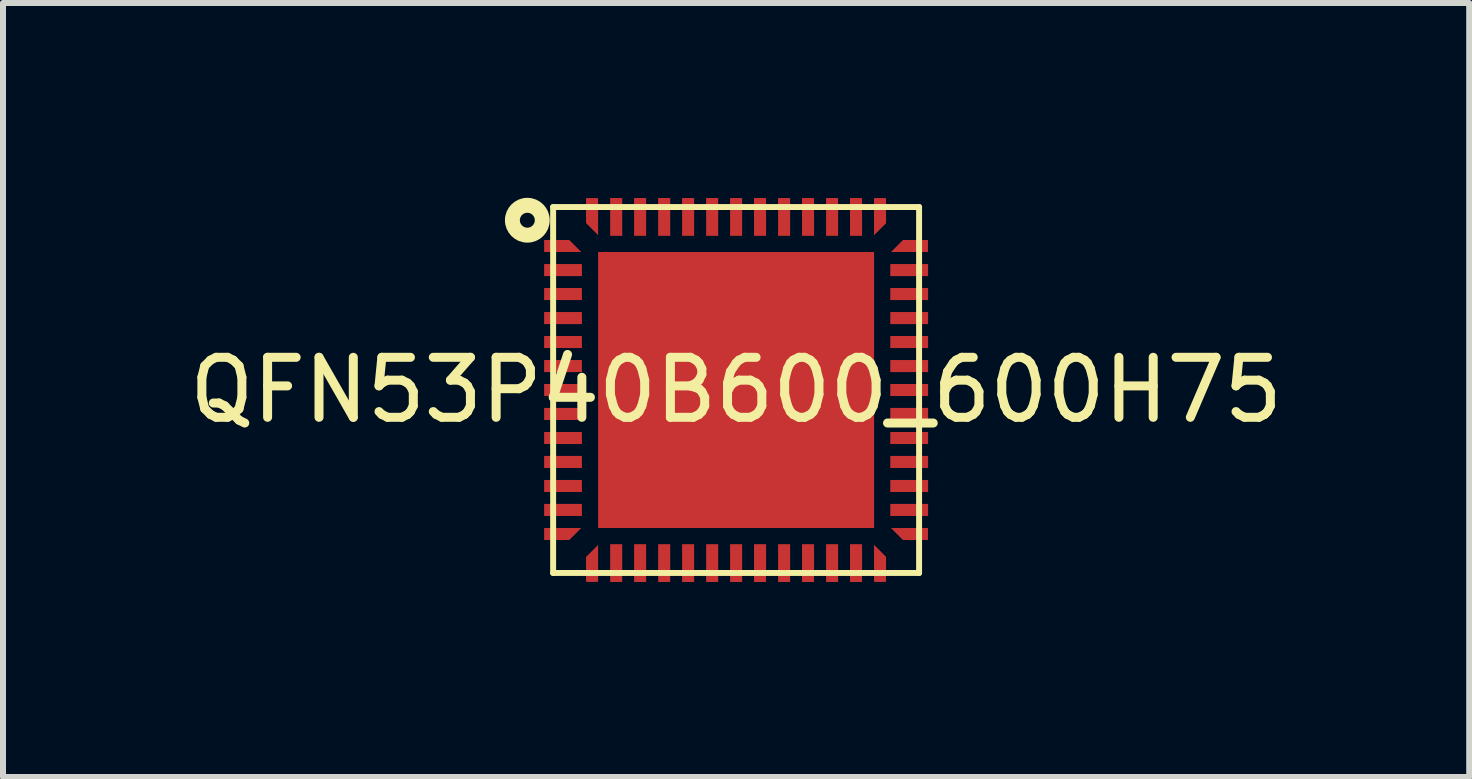
<source format=kicad_pcb>
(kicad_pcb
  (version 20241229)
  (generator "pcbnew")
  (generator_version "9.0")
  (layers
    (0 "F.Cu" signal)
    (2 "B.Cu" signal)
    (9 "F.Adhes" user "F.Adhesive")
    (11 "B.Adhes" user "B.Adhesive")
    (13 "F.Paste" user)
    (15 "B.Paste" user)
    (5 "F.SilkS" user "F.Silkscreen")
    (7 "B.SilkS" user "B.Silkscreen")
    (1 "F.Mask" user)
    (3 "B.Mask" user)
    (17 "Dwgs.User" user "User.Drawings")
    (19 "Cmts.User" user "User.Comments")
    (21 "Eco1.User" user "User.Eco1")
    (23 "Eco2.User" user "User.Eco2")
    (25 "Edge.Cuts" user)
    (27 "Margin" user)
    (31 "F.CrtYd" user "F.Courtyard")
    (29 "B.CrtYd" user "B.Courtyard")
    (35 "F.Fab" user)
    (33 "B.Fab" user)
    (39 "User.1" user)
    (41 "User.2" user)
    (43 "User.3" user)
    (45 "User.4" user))
  (footprint "QFN53P40B600_600H75"
    (layer "F.Cu")
    (at 9.22 3.451)
    (property "Reference" "QFN53P40B600_600H75" (at 0 0 0) (layer "F.SilkS") (effects (font (size 1 1) (thickness 0.15))))
    (fp_poly (pts (xy -3.196 -2.499) (xy -2.784 -2.499) (xy -2.586 -2.301) (xy -3.196 -2.301)) (stroke (width 0) (type default)) (fill yes) (layer "F.Cu"))
    (fp_poly (pts (xy -3.196 -2.499) (xy -2.784 -2.499) (xy -2.586 -2.301) (xy -3.196 -2.301)) (stroke (width 0) (type default)) (fill yes) (layer "F.Cu"))
    (fp_poly (pts (xy -3.196 2.301) (xy -2.586 2.301) (xy -2.784 2.499) (xy -3.196 2.499)) (stroke (width 0) (type default)) (fill yes) (layer "F.Cu"))
    (fp_poly (pts (xy -3.196 2.301) (xy -2.586 2.301) (xy -2.784 2.499) (xy -3.196 2.499)) (stroke (width 0) (type default)) (fill yes) (layer "F.Cu"))
    (fp_poly (pts (xy -2.499 3.196) (xy -2.499 2.784) (xy -2.301 2.586) (xy -2.301 3.196)) (stroke (width 0) (type default)) (fill yes) (layer "F.Cu"))
    (fp_poly (pts (xy -2.499 3.196) (xy -2.499 2.784) (xy -2.301 2.586) (xy -2.301 3.196)) (stroke (width 0) (type default)) (fill yes) (layer "F.Cu"))
    (fp_poly (pts (xy -2.301 -3.196) (xy -2.301 -2.586) (xy -2.499 -2.784) (xy -2.499 -3.196)) (stroke (width 0) (type default)) (fill yes) (layer "F.Cu"))
    (fp_poly (pts (xy -2.301 -3.196) (xy -2.301 -2.586) (xy -2.499 -2.784) (xy -2.499 -3.196)) (stroke (width 0) (type default)) (fill yes) (layer "F.Cu"))
    (fp_poly (pts (xy 2.301 3.196) (xy 2.301 2.586) (xy 2.499 2.784) (xy 2.499 3.196)) (stroke (width 0) (type default)) (fill yes) (layer "F.Cu"))
    (fp_poly (pts (xy 2.301 3.196) (xy 2.301 2.586) (xy 2.499 2.784) (xy 2.499 3.196)) (stroke (width 0) (type default)) (fill yes) (layer "F.Cu"))
    (fp_poly (pts (xy 2.499 -3.196) (xy 2.499 -2.784) (xy 2.301 -2.586) (xy 2.301 -3.196)) (stroke (width 0) (type default)) (fill yes) (layer "F.Cu"))
    (fp_poly (pts (xy 2.499 -3.196) (xy 2.499 -2.784) (xy 2.301 -2.586) (xy 2.301 -3.196)) (stroke (width 0) (type default)) (fill yes) (layer "F.Cu"))
    (fp_poly (pts (xy 3.196 -2.301) (xy 2.586 -2.301) (xy 2.784 -2.499) (xy 3.196 -2.499)) (stroke (width 0) (type default)) (fill yes) (layer "F.Cu"))
    (fp_poly (pts (xy 3.196 -2.301) (xy 2.586 -2.301) (xy 2.784 -2.499) (xy 3.196 -2.499)) (stroke (width 0) (type default)) (fill yes) (layer "F.Cu"))
    (fp_poly (pts (xy 3.196 2.499) (xy 2.784 2.499) (xy 2.586 2.301) (xy 3.196 2.301)) (stroke (width 0) (type default)) (fill yes) (layer "F.Cu"))
    (fp_poly (pts (xy 3.196 2.499) (xy 2.784 2.499) (xy 2.586 2.301) (xy 3.196 2.301)) (stroke (width 0) (type default)) (fill yes) (layer "F.Cu"))
    (fp_poly (pts (xy -3.246 -2.55) (xy -2.764 -2.55) (xy -2.535 -2.321) (xy -2.535 -2.251) (xy -3.246 -2.251)) (stroke (width 0) (type default)) (fill yes) (layer "F.Mask"))
    (fp_poly (pts (xy -3.246 -2.55) (xy -2.764 -2.55) (xy -2.535 -2.321) (xy -2.535 -2.251) (xy -3.246 -2.251)) (stroke (width 0) (type default)) (fill yes) (layer "F.Mask"))
    (fp_poly (pts (xy -3.246 2.251) (xy -2.535 2.251) (xy -2.535 2.312) (xy -2.773 2.55) (xy -3.246 2.55)) (stroke (width 0) (type default)) (fill yes) (layer "F.Mask"))
    (fp_poly (pts (xy -3.246 2.251) (xy -2.535 2.251) (xy -2.535 2.312) (xy -2.773 2.55) (xy -3.246 2.55)) (stroke (width 0) (type default)) (fill yes) (layer "F.Mask"))
    (fp_poly (pts (xy -2.55 3.246) (xy -2.55 2.764) (xy -2.321 2.535) (xy -2.251 2.535) (xy -2.251 3.246)) (stroke (width 0) (type default)) (fill yes) (layer "F.Mask"))
    (fp_poly (pts (xy -2.55 3.246) (xy -2.55 2.764) (xy -2.321 2.535) (xy -2.251 2.535) (xy -2.251 3.246)) (stroke (width 0) (type default)) (fill yes) (layer "F.Mask"))
    (fp_poly (pts (xy -2.251 -3.246) (xy -2.251 -2.535) (xy -2.312 -2.535) (xy -2.55 -2.773) (xy -2.55 -3.246)) (stroke (width 0) (type default)) (fill yes) (layer "F.Mask"))
    (fp_poly (pts (xy -2.251 -3.246) (xy -2.251 -2.535) (xy -2.312 -2.535) (xy -2.55 -2.773) (xy -2.55 -3.246)) (stroke (width 0) (type default)) (fill yes) (layer "F.Mask"))
    (fp_poly (pts (xy 2.251 3.246) (xy 2.251 2.535) (xy 2.312 2.535) (xy 2.55 2.773) (xy 2.55 3.246)) (stroke (width 0) (type default)) (fill yes) (layer "F.Mask"))
    (fp_poly (pts (xy 2.251 3.246) (xy 2.251 2.535) (xy 2.312 2.535) (xy 2.55 2.773) (xy 2.55 3.246)) (stroke (width 0) (type default)) (fill yes) (layer "F.Mask"))
    (fp_poly (pts (xy 2.55 -3.246) (xy 2.55 -2.764) (xy 2.321 -2.535) (xy 2.251 -2.535) (xy 2.251 -3.246)) (stroke (width 0) (type default)) (fill yes) (layer "F.Mask"))
    (fp_poly (pts (xy 2.55 -3.246) (xy 2.55 -2.764) (xy 2.321 -2.535) (xy 2.251 -2.535) (xy 2.251 -3.246)) (stroke (width 0) (type default)) (fill yes) (layer "F.Mask"))
    (fp_poly (pts (xy 3.246 -2.251) (xy 2.535 -2.251) (xy 2.535 -2.312) (xy 2.773 -2.55) (xy 3.246 -2.55)) (stroke (width 0) (type default)) (fill yes) (layer "F.Mask"))
    (fp_poly (pts (xy 3.246 -2.251) (xy 2.535 -2.251) (xy 2.535 -2.312) (xy 2.773 -2.55) (xy 3.246 -2.55)) (stroke (width 0) (type default)) (fill yes) (layer "F.Mask"))
    (fp_poly (pts (xy 3.246 2.55) (xy 2.764 2.55) (xy 2.535 2.321) (xy 2.535 2.251) (xy 3.246 2.251)) (stroke (width 0) (type default)) (fill yes) (layer "F.Mask"))
    (fp_poly (pts (xy 3.246 2.55) (xy 2.764 2.55) (xy 2.535 2.321) (xy 2.535 2.251) (xy 3.246 2.251)) (stroke (width 0) (type default)) (fill yes) (layer "F.Mask"))
    (fp_line (start -3.05 -3.05) (end -3.05 3.05) (stroke (width 0.099) (type default)) (layer "F.SilkS"))
    (fp_line (start -3.05 -3.05) (end 3.05 -3.05) (stroke (width 0.099) (type default)) (layer "F.SilkS"))
    (fp_line (start -3.05 3.05) (end 3.05 3.05) (stroke (width 0.099) (type default)) (layer "F.SilkS"))
    (fp_line (start 3.05 -3.05) (end 3.05 3.05) (stroke (width 0.099) (type default)) (layer "F.SilkS"))
    (fp_circle (center -3.48 -2.83) (end -3.231 -2.83) (stroke (width 0.249) (type default)) (fill no) (layer "F.SilkS"))
    (fp_poly (pts (xy -3.297 -2.499) (xy -2.885 -2.499) (xy -2.685 -2.301) (xy -3.297 -2.301)) (stroke (width 0) (type default)) (fill yes) (layer "F.Paste"))
    (fp_poly (pts (xy -3.297 -2.499) (xy -2.885 -2.499) (xy -2.685 -2.301) (xy -3.297 -2.301)) (stroke (width 0) (type default)) (fill yes) (layer "F.Paste"))
    (fp_poly (pts (xy -3.297 2.301) (xy -2.685 2.301) (xy -2.885 2.499) (xy -3.297 2.499)) (stroke (width 0) (type default)) (fill yes) (layer "F.Paste"))
    (fp_poly (pts (xy -3.297 2.301) (xy -2.685 2.301) (xy -2.885 2.499) (xy -3.297 2.499)) (stroke (width 0) (type default)) (fill yes) (layer "F.Paste"))
    (fp_poly (pts (xy -2.499 3.297) (xy -2.499 2.885) (xy -2.301 2.685) (xy -2.301 3.297)) (stroke (width 0) (type default)) (fill yes) (layer "F.Paste"))
    (fp_poly (pts (xy -2.499 3.297) (xy -2.499 2.885) (xy -2.301 2.685) (xy -2.301 3.297)) (stroke (width 0) (type default)) (fill yes) (layer "F.Paste"))
    (fp_poly (pts (xy -2.301 -3.297) (xy -2.301 -2.685) (xy -2.499 -2.885) (xy -2.499 -3.297)) (stroke (width 0) (type default)) (fill yes) (layer "F.Paste"))
    (fp_poly (pts (xy -2.301 -3.297) (xy -2.301 -2.685) (xy -2.499 -2.885) (xy -2.499 -3.297)) (stroke (width 0) (type default)) (fill yes) (layer "F.Paste"))
    (fp_poly (pts (xy 2.301 3.297) (xy 2.301 2.685) (xy 2.499 2.885) (xy 2.499 3.297)) (stroke (width 0) (type default)) (fill yes) (layer "F.Paste"))
    (fp_poly (pts (xy 2.301 3.297) (xy 2.301 2.685) (xy 2.499 2.885) (xy 2.499 3.297)) (stroke (width 0) (type default)) (fill yes) (layer "F.Paste"))
    (fp_poly (pts (xy 2.499 -3.297) (xy 2.499 -2.885) (xy 2.301 -2.685) (xy 2.301 -3.297)) (stroke (width 0) (type default)) (fill yes) (layer "F.Paste"))
    (fp_poly (pts (xy 2.499 -3.297) (xy 2.499 -2.885) (xy 2.301 -2.685) (xy 2.301 -3.297)) (stroke (width 0) (type default)) (fill yes) (layer "F.Paste"))
    (fp_poly (pts (xy 3.297 -2.301) (xy 2.685 -2.301) (xy 2.885 -2.499) (xy 3.297 -2.499)) (stroke (width 0) (type default)) (fill yes) (layer "F.Paste"))
    (fp_poly (pts (xy 3.297 -2.301) (xy 2.685 -2.301) (xy 2.885 -2.499) (xy 3.297 -2.499)) (stroke (width 0) (type default)) (fill yes) (layer "F.Paste"))
    (fp_poly (pts (xy 3.297 2.499) (xy 2.885 2.499) (xy 2.685 2.301) (xy 3.297 2.301)) (stroke (width 0) (type default)) (fill yes) (layer "F.Paste"))
    (fp_poly (pts (xy 3.297 2.499) (xy 2.885 2.499) (xy 2.685 2.301) (xy 3.297 2.301)) (stroke (width 0) (type default)) (fill yes) (layer "F.Paste"))
    (fp_poly (pts (xy 1.7 1.7) (xy 0.701 1.7) (xy 0.701 0.701) (xy 1.651 0.701) (xy 1.651 0.5) (xy 0.5 0.5) (xy 0.5 1.7) (xy -0.5 1.7) (xy -0.5 0.701) (xy 0.45 0.701) (xy 0.45 0.5) (xy -0.701 0.5) (xy -0.701 1.7) (xy -1.7 1.7) (xy -1.7 0.701) (xy -0.75 0.701) (xy -0.75 0.5) (xy -1.7 0.5) (xy -1.7 -0.5) (xy -0.75 -0.5) (xy -0.75 -0.701) (xy -1.7 -0.701) (xy -1.7 -1.7) (xy -0.701 -1.7) (xy -0.701 0.45) (xy -0.5 0.45) (xy -0.5 -0.5) (xy 0.45 -0.5) (xy 0.45 -0.701) (xy -0.5 -0.701) (xy -0.5 -1.7) (xy 0.5 -1.7) (xy 0.5 0.45) (xy 0.701 0.45) (xy 0.701 -0.5) (xy 1.651 -0.5) (xy 1.651 -0.701) (xy 0.701 -0.701) (xy 0.701 -1.7) (xy 1.7 -1.7)) (stroke (width 0) (type default)) (fill yes) (layer "F.Paste"))
    (fp_line (start -3.401 -3.401) (end -3.401 3.401) (stroke (width 0.025) (type default)) (layer "User.1"))
    (fp_line (start -3.401 -3.401) (end 3.401 -3.401) (stroke (width 0.025) (type default)) (layer "User.1"))
    (fp_line (start -3.401 3.401) (end 3.401 3.401) (stroke (width 0.025) (type default)) (layer "User.1"))
    (fp_line (start 3.401 -3.401) (end 3.401 3.401) (stroke (width 0.025) (type default)) (layer "User.1"))
    (fp_poly (pts (xy -3.05 3.05) (xy -3.05 -3.05) (xy 3.05 -3.05) (xy 3.05 3.05)) (stroke (width 0.1) (type default)) (fill no) (layer "User.1"))
    (fp_poly (pts (xy -3.05 3.05) (xy -3.05 -3.05) (xy 3.05 -3.05) (xy 3.05 3.05)) (stroke (width 0.1) (type default)) (fill no) (layer "User.1"))
    (fp_poly (pts (xy -3.401 3.401) (xy -3.061 3.401) (xy -3.061 -3.061) (xy 3.061 -3.061) (xy 3.061 3.061) (xy -3.05 3.061) (xy -3.05 3.401) (xy 3.401 3.401) (xy 3.401 -3.401) (xy -3.401 -3.401)) (stroke (width 0.1) (type default)) (fill no) (layer "User.1"))
    (fp_poly (pts (xy -3.401 3.401) (xy -3.061 3.401) (xy -3.061 -3.061) (xy 3.061 -3.061) (xy 3.061 3.061) (xy -3.05 3.061) (xy -3.05 3.401) (xy 3.401 3.401) (xy 3.401 -3.401) (xy -3.401 -3.401)) (stroke (width 0.1) (type default)) (fill no) (layer "User.1"))
    (pad "1" smd custom (at -2.89 -2.401 270) (size 0.000001 0.000001) (layers "F.Cu" "F.Mask" "F.Paste") (options (anchor circle)) (primitives (gr_poly (pts (xy 0.013 -0.006) (xy 0.013 0.006) (xy 0.006 0.013) (xy -0.006 0.013) (xy -0.013 0.006) (xy -0.013 -0.006) (xy -0.006 -0.013) (xy 0.006 -0.013)) (width 0) (fill yes))))
    (pad "2" smd rect (at -2.885 -1.999 270) (size 0.201 0.63) (layers "F.Cu" "F.Mask" "F.Paste"))
    (pad "3" smd rect (at -2.885 -1.6 270) (size 0.201 0.63) (layers "F.Cu" "F.Mask" "F.Paste"))
    (pad "4" smd rect (at -2.885 -1.199 270) (size 0.201 0.63) (layers "F.Cu" "F.Mask" "F.Paste"))
    (pad "5" smd rect (at -2.885 -0.8 270) (size 0.201 0.63) (layers "F.Cu" "F.Mask" "F.Paste"))
    (pad "6" smd rect (at -2.885 -0.399 270) (size 0.201 0.63) (layers "F.Cu" "F.Mask" "F.Paste"))
    (pad "7" smd rect (at -2.885 0 270) (size 0.201 0.63) (layers "F.Cu" "F.Mask" "F.Paste"))
    (pad "8" smd rect (at -2.885 0.399 270) (size 0.201 0.63) (layers "F.Cu" "F.Mask" "F.Paste"))
    (pad "9" smd rect (at -2.885 0.8 270) (size 0.201 0.63) (layers "F.Cu" "F.Mask" "F.Paste"))
    (pad "10" smd rect (at -2.885 1.199 270) (size 0.201 0.63) (layers "F.Cu" "F.Mask" "F.Paste"))
    (pad "11" smd rect (at -2.885 1.6 270) (size 0.201 0.63) (layers "F.Cu" "F.Mask" "F.Paste"))
    (pad "12" smd rect (at -2.885 1.999 270) (size 0.201 0.63) (layers "F.Cu" "F.Mask" "F.Paste"))
    (pad "13" smd custom (at -2.89 2.401 270) (size 0.000001 0.000001) (layers "F.Cu" "F.Mask" "F.Paste") (options (anchor circle)) (primitives (gr_poly (pts (xy 0.013 -0.006) (xy 0.013 0.006) (xy 0.006 0.013) (xy -0.006 0.013) (xy -0.013 0.006) (xy -0.013 -0.006) (xy -0.006 -0.013) (xy 0.006 -0.013)) (width 0) (fill yes))))
    (pad "14" smd custom (at -2.401 2.89 270) (size 0.000001 0.000001) (layers "F.Cu" "F.Mask" "F.Paste") (options (anchor circle)) (primitives (gr_poly (pts (xy 0.013 -0.006) (xy 0.013 0.006) (xy 0.006 0.013) (xy -0.006 0.013) (xy -0.013 0.006) (xy -0.013 -0.006) (xy -0.006 -0.013) (xy 0.006 -0.013)) (width 0) (fill yes))))
    (pad "15" smd rect (at -1.999 2.885 270) (size 0.63 0.201) (layers "F.Cu" "F.Mask" "F.Paste"))
    (pad "16" smd rect (at -1.6 2.885 270) (size 0.63 0.201) (layers "F.Cu" "F.Mask" "F.Paste"))
    (pad "17" smd rect (at -1.199 2.885 270) (size 0.63 0.201) (layers "F.Cu" "F.Mask" "F.Paste"))
    (pad "18" smd rect (at -0.8 2.885 270) (size 0.63 0.201) (layers "F.Cu" "F.Mask" "F.Paste"))
    (pad "19" smd rect (at -0.399 2.885 270) (size 0.63 0.201) (layers "F.Cu" "F.Mask" "F.Paste"))
    (pad "20" smd rect (at 0 2.885 270) (size 0.63 0.201) (layers "F.Cu" "F.Mask" "F.Paste"))
    (pad "21" smd rect (at 0.399 2.885 270) (size 0.63 0.201) (layers "F.Cu" "F.Mask" "F.Paste"))
    (pad "22" smd rect (at 0.8 2.885 270) (size 0.63 0.201) (layers "F.Cu" "F.Mask" "F.Paste"))
    (pad "23" smd rect (at 1.199 2.885 270) (size 0.63 0.201) (layers "F.Cu" "F.Mask" "F.Paste"))
    (pad "24" smd rect (at 1.6 2.885 270) (size 0.63 0.201) (layers "F.Cu" "F.Mask" "F.Paste"))
    (pad "25" smd rect (at 1.999 2.885 270) (size 0.63 0.201) (layers "F.Cu" "F.Mask" "F.Paste"))
    (pad "26" smd custom (at 2.401 2.89 270) (size 0.000001 0.000001) (layers "F.Cu" "F.Mask" "F.Paste") (options (anchor circle)) (primitives (gr_poly (pts (xy 0.013 -0.006) (xy 0.013 0.006) (xy 0.006 0.013) (xy -0.006 0.013) (xy -0.013 0.006) (xy -0.013 -0.006) (xy -0.006 -0.013) (xy 0.006 -0.013)) (width 0) (fill yes))))
    (pad "27" smd custom (at 2.89 2.401 270) (size 0.000001 0.000001) (layers "F.Cu" "F.Mask" "F.Paste") (options (anchor circle)) (primitives (gr_poly (pts (xy 0.013 -0.006) (xy 0.013 0.006) (xy 0.006 0.013) (xy -0.006 0.013) (xy -0.013 0.006) (xy -0.013 -0.006) (xy -0.006 -0.013) (xy 0.006 -0.013)) (width 0) (fill yes))))
    (pad "28" smd rect (at 2.885 1.999 270) (size 0.201 0.63) (layers "F.Cu" "F.Mask" "F.Paste"))
    (pad "29" smd rect (at 2.885 1.6 270) (size 0.201 0.63) (layers "F.Cu" "F.Mask" "F.Paste"))
    (pad "30" smd rect (at 2.885 1.199 270) (size 0.201 0.63) (layers "F.Cu" "F.Mask" "F.Paste"))
    (pad "31" smd rect (at 2.885 0.8 270) (size 0.201 0.63) (layers "F.Cu" "F.Mask" "F.Paste"))
    (pad "32" smd rect (at 2.885 0.399 270) (size 0.201 0.63) (layers "F.Cu" "F.Mask" "F.Paste"))
    (pad "33" smd rect (at 2.885 0 270) (size 0.201 0.63) (layers "F.Cu" "F.Mask" "F.Paste"))
    (pad "34" smd rect (at 2.885 -0.399 270) (size 0.201 0.63) (layers "F.Cu" "F.Mask" "F.Paste"))
    (pad "35" smd rect (at 2.885 -0.8 270) (size 0.201 0.63) (layers "F.Cu" "F.Mask" "F.Paste"))
    (pad "36" smd rect (at 2.885 -1.199 270) (size 0.201 0.63) (layers "F.Cu" "F.Mask" "F.Paste"))
    (pad "37" smd rect (at 2.885 -1.6 270) (size 0.201 0.63) (layers "F.Cu" "F.Mask" "F.Paste"))
    (pad "38" smd rect (at 2.885 -1.999 270) (size 0.201 0.63) (layers "F.Cu" "F.Mask" "F.Paste"))
    (pad "39" smd custom (at 2.89 -2.401 270) (size 0.000001 0.000001) (layers "F.Cu" "F.Mask" "F.Paste") (options (anchor circle)) (primitives (gr_poly (pts (xy 0.013 -0.006) (xy 0.013 0.006) (xy 0.006 0.013) (xy -0.006 0.013) (xy -0.013 0.006) (xy -0.013 -0.006) (xy -0.006 -0.013) (xy 0.006 -0.013)) (width 0) (fill yes))))
    (pad "40" smd custom (at 2.401 -2.89 270) (size 0.000001 0.000001) (layers "F.Cu" "F.Mask" "F.Paste") (options (anchor circle)) (primitives (gr_poly (pts (xy 0.013 -0.006) (xy 0.013 0.006) (xy 0.006 0.013) (xy -0.006 0.013) (xy -0.013 0.006) (xy -0.013 -0.006) (xy -0.006 -0.013) (xy 0.006 -0.013)) (width 0) (fill yes))))
    (pad "41" smd rect (at 1.999 -2.885 270) (size 0.63 0.201) (layers "F.Cu" "F.Mask" "F.Paste"))
    (pad "42" smd rect (at 1.6 -2.885 270) (size 0.63 0.201) (layers "F.Cu" "F.Mask" "F.Paste"))
    (pad "43" smd rect (at 1.199 -2.885 270) (size 0.63 0.201) (layers "F.Cu" "F.Mask" "F.Paste"))
    (pad "44" smd rect (at 0.8 -2.885 270) (size 0.63 0.201) (layers "F.Cu" "F.Mask" "F.Paste"))
    (pad "45" smd rect (at 0.399 -2.885 270) (size 0.63 0.201) (layers "F.Cu" "F.Mask" "F.Paste"))
    (pad "46" smd rect (at 0 -2.885 270) (size 0.63 0.201) (layers "F.Cu" "F.Mask" "F.Paste"))
    (pad "47" smd rect (at -0.399 -2.885 270) (size 0.63 0.201) (layers "F.Cu" "F.Mask" "F.Paste"))
    (pad "48" smd rect (at -0.8 -2.885 270) (size 0.63 0.201) (layers "F.Cu" "F.Mask" "F.Paste"))
    (pad "49" smd rect (at -1.199 -2.885 270) (size 0.63 0.201) (layers "F.Cu" "F.Mask" "F.Paste"))
    (pad "50" smd rect (at -1.6 -2.885 270) (size 0.63 0.201) (layers "F.Cu" "F.Mask" "F.Paste"))
    (pad "51" smd rect (at -1.999 -2.885 270) (size 0.63 0.201) (layers "F.Cu" "F.Mask" "F.Paste"))
    (pad "52" smd custom (at -2.401 -2.89 270) (size 0.000001 0.000001) (layers "F.Cu" "F.Mask" "F.Paste") (options (anchor circle)) (primitives (gr_poly (pts (xy 0.013 -0.006) (xy 0.013 0.006) (xy 0.006 0.013) (xy -0.006 0.013) (xy -0.013 0.006) (xy -0.013 -0.006) (xy -0.006 -0.013) (xy 0.006 -0.013)) (width 0) (fill yes))))
    (pad "53" smd rect (at 0 0 270) (size 4.6 4.6) (layers "F.Cu" "F.Mask" "F.Paste")))
  (gr_rect
    (start -3 -3)
    (end 21.44 9.902)
    (stroke (width 0.1) (type default))
    (fill no)
    (layer "Edge.Cuts")))
</source>
